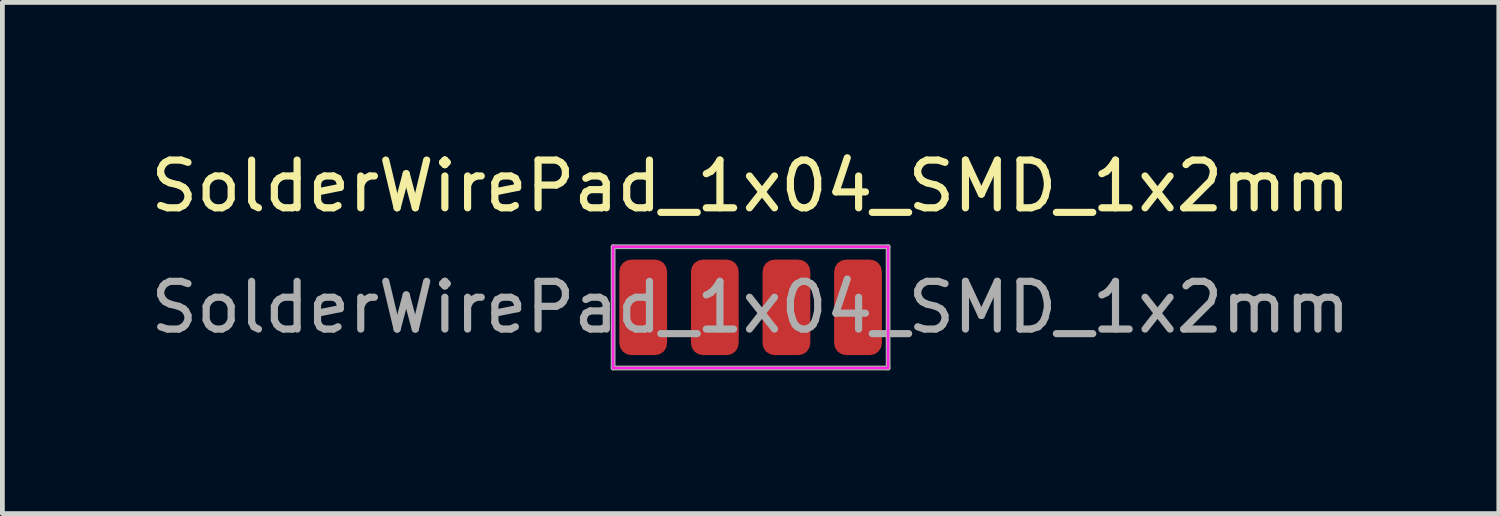
<source format=kicad_pcb>
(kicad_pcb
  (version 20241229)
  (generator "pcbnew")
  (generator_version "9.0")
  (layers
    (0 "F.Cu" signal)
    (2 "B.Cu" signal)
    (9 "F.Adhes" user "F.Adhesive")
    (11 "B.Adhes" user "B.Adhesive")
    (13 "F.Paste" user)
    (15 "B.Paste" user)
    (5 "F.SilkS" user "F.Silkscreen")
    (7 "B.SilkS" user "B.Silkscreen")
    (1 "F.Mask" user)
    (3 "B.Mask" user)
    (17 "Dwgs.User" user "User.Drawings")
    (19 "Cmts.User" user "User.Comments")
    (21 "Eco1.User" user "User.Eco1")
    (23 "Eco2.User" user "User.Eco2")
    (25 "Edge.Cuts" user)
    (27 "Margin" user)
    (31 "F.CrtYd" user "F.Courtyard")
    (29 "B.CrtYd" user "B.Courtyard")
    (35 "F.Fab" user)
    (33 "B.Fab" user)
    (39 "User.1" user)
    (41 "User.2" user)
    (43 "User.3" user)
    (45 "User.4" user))
  (footprint "SolderWirePad_1x04_SMD_1x2mm"
    (layer "F.Cu")
    (at 12.673 3.388)
    (property "Reference" "SolderWirePad_1x04_SMD_1x2mm" (at 0 -2.54 0) (layer "F.SilkS") (effects (font (size 1 1) (thickness 0.15))))
    (attr exclude_from_pos_files exclude_from_bom)
    (fp_line (start -2.88 -1.27) (end -2.88 1.27) (stroke (width 0.05) (type solid)) (layer "F.CrtYd"))
    (fp_line (start -2.88 1.27) (end 2.88 1.27) (stroke (width 0.05) (type solid)) (layer "F.CrtYd"))
    (fp_line (start 2.88 -1.27) (end -2.88 -1.27) (stroke (width 0.05) (type solid)) (layer "F.CrtYd"))
    (fp_line (start 2.88 1.27) (end 2.88 -1.27) (stroke (width 0.05) (type solid)) (layer "F.CrtYd"))
    (fp_line (start -2.88 -1.27) (end 2.88 -1.27) (stroke (width 0.1) (type solid)) (layer "F.Fab"))
    (fp_line (start -2.88 1.27) (end -2.88 -1.27) (stroke (width 0.1) (type solid)) (layer "F.Fab"))
    (fp_line (start 2.88 -1.27) (end 2.88 1.27) (stroke (width 0.1) (type solid)) (layer "F.Fab"))
    (fp_line (start 2.88 1.27) (end -2.88 1.27) (stroke (width 0.1) (type solid)) (layer "F.Fab"))
    (fp_text user "${REFERENCE}" (at 0 0 0) (layer "F.Fab") (effects (font (size 1 1) (thickness 0.15))))
    (pad "1" smd roundrect (at -2.25 0) (size 1 2) (layers "F.Cu" "F.Mask" "F.Paste") (roundrect_rratio 0.25))
    (pad "2" smd roundrect (at -0.75 0) (size 1 2) (layers "F.Cu" "F.Mask" "F.Paste") (roundrect_rratio 0.25))
    (pad "3" smd roundrect (at 0.75 0) (size 1 2) (layers "F.Cu" "F.Mask" "F.Paste") (roundrect_rratio 0.25))
    (pad "4" smd roundrect (at 2.25 0) (size 1 2) (layers "F.Cu" "F.Mask" "F.Paste") (roundrect_rratio 0.25)))
  (gr_rect
    (start -3 -3)
    (end 28.345 7.708)
    (stroke (width 0.1) (type default))
    (fill no)
    (layer "Edge.Cuts")))
</source>
